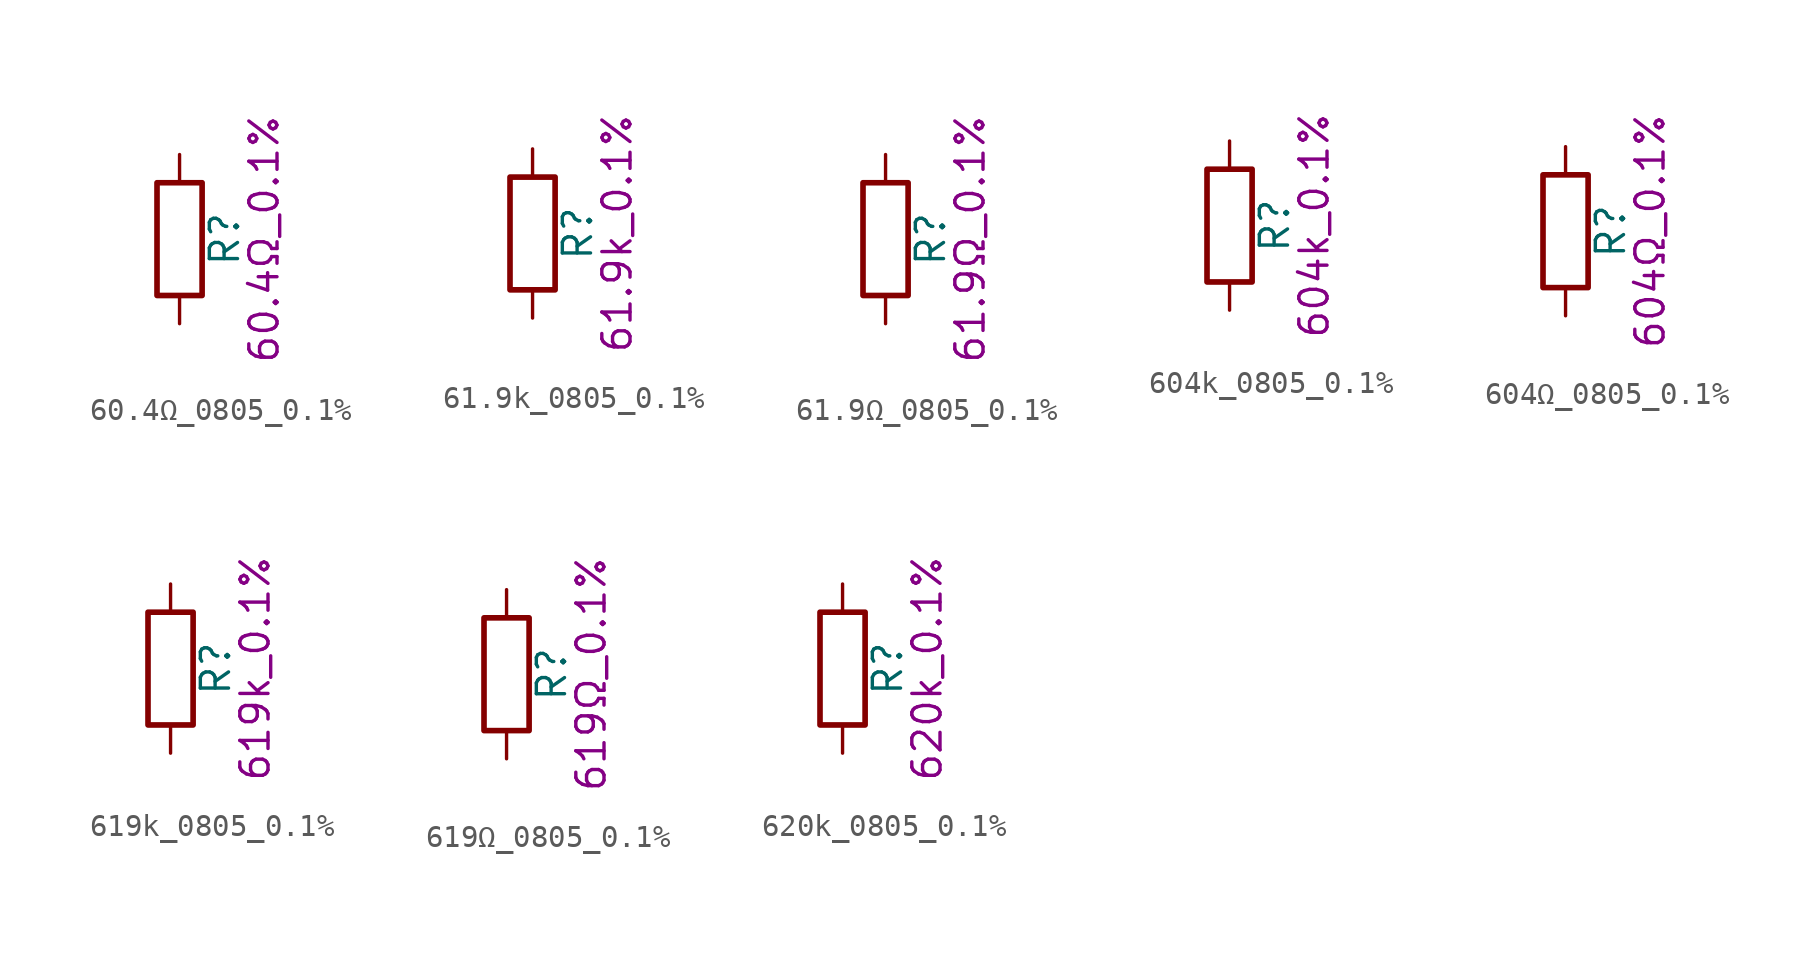
<source format=kicad_sym>
(kicad_symbol_lib
  (version 20211014)
  (generator kicad_symbol_editor)
  (symbol "60.4Ω_0805_0.1%"
    (pin_numbers hide)
    (pin_names
      (offset 0))
    (property "Reference" "R"
      (at 2.032 0 90)
      (effects (font (size 1.27 1.27))))
    (property "Display" "60.4Ω_0.1%"
      (at 3.81 0 90)
      (effects (font (size 1.27 1.27))))
    (symbol "60.4Ω_0805_0.1%_0_1"
      (rectangle (start -1.016 -2.54) (end 1.016 2.54) (stroke (width 0.254) (type default) (color 0 0 0 0)) (fill (type none))))
    (symbol "60.4Ω_0805_0.1%_1_1"
      (pin passive line (at 0 3.81 270) (length 1.27) (name "~" (effects (font (size 1.27 1.27)))) (number "1" (effects (font (size 1.27 1.27)))))
      (pin passive line (at 0 -3.81 90) (length 1.27) (name "~" (effects (font (size 1.27 1.27)))) (number "2" (effects (font (size 1.27 1.27)))))))
  (symbol "61.9k_0805_0.1%"
    (pin_numbers hide)
    (pin_names
      (offset 0))
    (property "Reference" "R"
      (at 2.032 0 90)
      (effects (font (size 1.27 1.27))))
    (property "Display" "61.9k_0.1%"
      (at 3.81 0 90)
      (effects (font (size 1.27 1.27))))
    (symbol "61.9k_0805_0.1%_0_1"
      (rectangle (start -1.016 -2.54) (end 1.016 2.54) (stroke (width 0.254) (type default) (color 0 0 0 0)) (fill (type none))))
    (symbol "61.9k_0805_0.1%_1_1"
      (pin passive line (at 0 3.81 270) (length 1.27) (name "~" (effects (font (size 1.27 1.27)))) (number "1" (effects (font (size 1.27 1.27)))))
      (pin passive line (at 0 -3.81 90) (length 1.27) (name "~" (effects (font (size 1.27 1.27)))) (number "2" (effects (font (size 1.27 1.27)))))))
  (symbol "61.9Ω_0805_0.1%"
    (pin_numbers hide)
    (pin_names
      (offset 0))
    (property "Reference" "R"
      (at 2.032 0 90)
      (effects (font (size 1.27 1.27))))
    (property "Display" "61.9Ω_0.1%"
      (at 3.81 0 90)
      (effects (font (size 1.27 1.27))))
    (symbol "61.9Ω_0805_0.1%_0_1"
      (rectangle (start -1.016 -2.54) (end 1.016 2.54) (stroke (width 0.254) (type default) (color 0 0 0 0)) (fill (type none))))
    (symbol "61.9Ω_0805_0.1%_1_1"
      (pin passive line (at 0 3.81 270) (length 1.27) (name "~" (effects (font (size 1.27 1.27)))) (number "1" (effects (font (size 1.27 1.27)))))
      (pin passive line (at 0 -3.81 90) (length 1.27) (name "~" (effects (font (size 1.27 1.27)))) (number "2" (effects (font (size 1.27 1.27)))))))
  (symbol "604k_0805_0.1%"
    (pin_numbers hide)
    (pin_names
      (offset 0))
    (property "Reference" "R"
      (at 2.032 0 90)
      (effects (font (size 1.27 1.27))))
    (property "Display" "604k_0.1%"
      (at 3.81 0 90)
      (effects (font (size 1.27 1.27))))
    (symbol "604k_0805_0.1%_0_1"
      (rectangle (start -1.016 -2.54) (end 1.016 2.54) (stroke (width 0.254) (type default) (color 0 0 0 0)) (fill (type none))))
    (symbol "604k_0805_0.1%_1_1"
      (pin passive line (at 0 3.81 270) (length 1.27) (name "~" (effects (font (size 1.27 1.27)))) (number "1" (effects (font (size 1.27 1.27)))))
      (pin passive line (at 0 -3.81 90) (length 1.27) (name "~" (effects (font (size 1.27 1.27)))) (number "2" (effects (font (size 1.27 1.27)))))))
  (symbol "604Ω_0805_0.1%"
    (pin_numbers hide)
    (pin_names
      (offset 0))
    (property "Reference" "R"
      (at 2.032 0 90)
      (effects (font (size 1.27 1.27))))
    (property "Display" "604Ω_0.1%"
      (at 3.81 0 90)
      (effects (font (size 1.27 1.27))))
    (symbol "604Ω_0805_0.1%_0_1"
      (rectangle (start -1.016 -2.54) (end 1.016 2.54) (stroke (width 0.254) (type default) (color 0 0 0 0)) (fill (type none))))
    (symbol "604Ω_0805_0.1%_1_1"
      (pin passive line (at 0 3.81 270) (length 1.27) (name "~" (effects (font (size 1.27 1.27)))) (number "1" (effects (font (size 1.27 1.27)))))
      (pin passive line (at 0 -3.81 90) (length 1.27) (name "~" (effects (font (size 1.27 1.27)))) (number "2" (effects (font (size 1.27 1.27)))))))
  (symbol "619k_0805_0.1%"
    (pin_numbers hide)
    (pin_names
      (offset 0))
    (property "Reference" "R"
      (at 2.032 0 90)
      (effects (font (size 1.27 1.27))))
    (property "Display" "619k_0.1%"
      (at 3.81 0 90)
      (effects (font (size 1.27 1.27))))
    (symbol "619k_0805_0.1%_0_1"
      (rectangle (start -1.016 -2.54) (end 1.016 2.54) (stroke (width 0.254) (type default) (color 0 0 0 0)) (fill (type none))))
    (symbol "619k_0805_0.1%_1_1"
      (pin passive line (at 0 3.81 270) (length 1.27) (name "~" (effects (font (size 1.27 1.27)))) (number "1" (effects (font (size 1.27 1.27)))))
      (pin passive line (at 0 -3.81 90) (length 1.27) (name "~" (effects (font (size 1.27 1.27)))) (number "2" (effects (font (size 1.27 1.27)))))))
  (symbol "619Ω_0805_0.1%"
    (pin_numbers hide)
    (pin_names
      (offset 0))
    (property "Reference" "R"
      (at 2.032 0 90)
      (effects (font (size 1.27 1.27))))
    (property "Display" "619Ω_0.1%"
      (at 3.81 0 90)
      (effects (font (size 1.27 1.27))))
    (symbol "619Ω_0805_0.1%_0_1"
      (rectangle (start -1.016 -2.54) (end 1.016 2.54) (stroke (width 0.254) (type default) (color 0 0 0 0)) (fill (type none))))
    (symbol "619Ω_0805_0.1%_1_1"
      (pin passive line (at 0 3.81 270) (length 1.27) (name "~" (effects (font (size 1.27 1.27)))) (number "1" (effects (font (size 1.27 1.27)))))
      (pin passive line (at 0 -3.81 90) (length 1.27) (name "~" (effects (font (size 1.27 1.27)))) (number "2" (effects (font (size 1.27 1.27)))))))
  (symbol "620k_0805_0.1%"
    (pin_numbers hide)
    (pin_names
      (offset 0))
    (property "Reference" "R"
      (at 2.032 0 90)
      (effects (font (size 1.27 1.27))))
    (property "Display" "620k_0.1%"
      (at 3.81 0 90)
      (effects (font (size 1.27 1.27))))
    (symbol "620k_0805_0.1%_0_1"
      (rectangle (start -1.016 -2.54) (end 1.016 2.54) (stroke (width 0.254) (type default) (color 0 0 0 0)) (fill (type none))))
    (symbol "620k_0805_0.1%_1_1"
      (pin passive line (at 0 3.81 270) (length 1.27) (name "~" (effects (font (size 1.27 1.27)))) (number "1" (effects (font (size 1.27 1.27)))))
      (pin passive line (at 0 -3.81 90) (length 1.27) (name "~" (effects (font (size 1.27 1.27)))) (number "2" (effects (font (size 1.27 1.27))))))))
</source>
